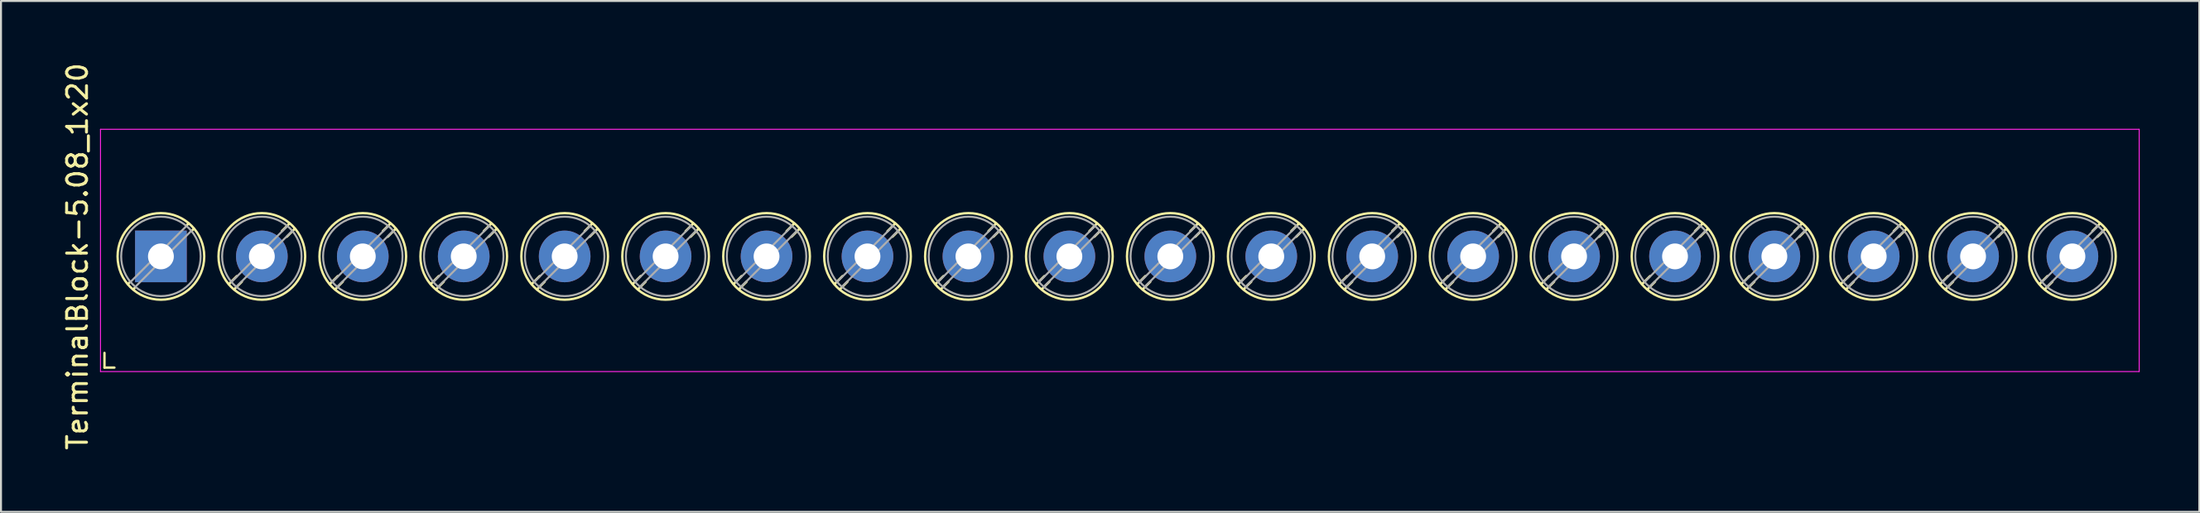
<source format=kicad_pcb>
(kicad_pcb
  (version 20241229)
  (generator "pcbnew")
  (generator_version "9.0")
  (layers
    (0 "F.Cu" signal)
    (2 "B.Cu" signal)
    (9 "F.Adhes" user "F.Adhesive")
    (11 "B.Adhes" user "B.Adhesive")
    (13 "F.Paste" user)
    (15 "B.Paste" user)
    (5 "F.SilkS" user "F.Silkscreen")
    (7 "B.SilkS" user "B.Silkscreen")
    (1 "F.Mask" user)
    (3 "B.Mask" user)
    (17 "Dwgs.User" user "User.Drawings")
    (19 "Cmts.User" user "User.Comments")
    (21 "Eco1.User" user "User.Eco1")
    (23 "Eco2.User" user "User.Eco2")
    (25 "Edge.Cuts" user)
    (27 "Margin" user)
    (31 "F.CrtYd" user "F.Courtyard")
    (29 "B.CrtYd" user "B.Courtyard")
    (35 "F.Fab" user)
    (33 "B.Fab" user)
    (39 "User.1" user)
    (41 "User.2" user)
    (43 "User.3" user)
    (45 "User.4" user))
  (footprint "TerminalBlock-5.08_1x20"
    (layer "F.Cu")
    (at 5.048 9.863)
    (property "Reference" "TerminalBlock-5.08_1x20" (at -4.2 0 90) (layer "F.SilkS") (effects (font (size 1 1) (thickness 0.15))))
    (attr through_hole)
    (fp_line (start -2.84 4.86) (end -2.84 5.6) (stroke (width 0.12) (type solid)) (layer "F.SilkS"))
    (fp_line (start -2.84 5.6) (end -2.34 5.6) (stroke (width 0.12) (type solid)) (layer "F.SilkS"))
    (fp_line (start -1.548 1.281) (end -1.654 1.388) (stroke (width 0.12) (type solid)) (layer "F.SilkS"))
    (fp_line (start -1.282 1.547) (end -1.388 1.654) (stroke (width 0.12) (type solid)) (layer "F.SilkS"))
    (fp_line (start 1.388 -1.654) (end 1.281 -1.547) (stroke (width 0.12) (type solid)) (layer "F.SilkS"))
    (fp_line (start 1.654 -1.388) (end 1.547 -1.281) (stroke (width 0.12) (type solid)) (layer "F.SilkS"))
    (fp_line (start 3.822 0.992) (end 3.427 1.388) (stroke (width 0.12) (type solid)) (layer "F.SilkS"))
    (fp_line (start 4.073 1.274) (end 3.693 1.654) (stroke (width 0.12) (type solid)) (layer "F.SilkS"))
    (fp_line (start 6.468 -1.654) (end 6.088 -1.274) (stroke (width 0.12) (type solid)) (layer "F.SilkS"))
    (fp_line (start 6.734 -1.388) (end 6.339 -0.992) (stroke (width 0.12) (type solid)) (layer "F.SilkS"))
    (fp_line (start 8.902 0.992) (end 8.507 1.388) (stroke (width 0.12) (type solid)) (layer "F.SilkS"))
    (fp_line (start 9.153 1.274) (end 8.773 1.654) (stroke (width 0.12) (type solid)) (layer "F.SilkS"))
    (fp_line (start 11.548 -1.654) (end 11.168 -1.274) (stroke (width 0.12) (type solid)) (layer "F.SilkS"))
    (fp_line (start 11.814 -1.388) (end 11.419 -0.992) (stroke (width 0.12) (type solid)) (layer "F.SilkS"))
    (fp_line (start 13.982 0.992) (end 13.587 1.388) (stroke (width 0.12) (type solid)) (layer "F.SilkS"))
    (fp_line (start 14.233 1.274) (end 13.853 1.654) (stroke (width 0.12) (type solid)) (layer "F.SilkS"))
    (fp_line (start 16.628 -1.654) (end 16.248 -1.274) (stroke (width 0.12) (type solid)) (layer "F.SilkS"))
    (fp_line (start 16.894 -1.388) (end 16.499 -0.992) (stroke (width 0.12) (type solid)) (layer "F.SilkS"))
    (fp_line (start 19.062 0.992) (end 18.667 1.388) (stroke (width 0.12) (type solid)) (layer "F.SilkS"))
    (fp_line (start 19.313 1.274) (end 18.933 1.654) (stroke (width 0.12) (type solid)) (layer "F.SilkS"))
    (fp_line (start 21.708 -1.654) (end 21.328 -1.274) (stroke (width 0.12) (type solid)) (layer "F.SilkS"))
    (fp_line (start 21.974 -1.388) (end 21.579 -0.992) (stroke (width 0.12) (type solid)) (layer "F.SilkS"))
    (fp_line (start 24.142 0.992) (end 23.747 1.388) (stroke (width 0.12) (type solid)) (layer "F.SilkS"))
    (fp_line (start 24.393 1.274) (end 24.013 1.654) (stroke (width 0.12) (type solid)) (layer "F.SilkS"))
    (fp_line (start 26.788 -1.654) (end 26.408 -1.274) (stroke (width 0.12) (type solid)) (layer "F.SilkS"))
    (fp_line (start 27.054 -1.388) (end 26.659 -0.992) (stroke (width 0.12) (type solid)) (layer "F.SilkS"))
    (fp_line (start 29.222 0.992) (end 28.827 1.388) (stroke (width 0.12) (type solid)) (layer "F.SilkS"))
    (fp_line (start 29.473 1.274) (end 29.093 1.654) (stroke (width 0.12) (type solid)) (layer "F.SilkS"))
    (fp_line (start 31.868 -1.654) (end 31.488 -1.274) (stroke (width 0.12) (type solid)) (layer "F.SilkS"))
    (fp_line (start 32.134 -1.388) (end 31.739 -0.992) (stroke (width 0.12) (type solid)) (layer "F.SilkS"))
    (fp_line (start 34.302 0.992) (end 33.907 1.388) (stroke (width 0.12) (type solid)) (layer "F.SilkS"))
    (fp_line (start 34.553 1.274) (end 34.173 1.654) (stroke (width 0.12) (type solid)) (layer "F.SilkS"))
    (fp_line (start 36.948 -1.654) (end 36.568 -1.274) (stroke (width 0.12) (type solid)) (layer "F.SilkS"))
    (fp_line (start 37.214 -1.388) (end 36.819 -0.992) (stroke (width 0.12) (type solid)) (layer "F.SilkS"))
    (fp_line (start 39.382 0.992) (end 38.987 1.388) (stroke (width 0.12) (type solid)) (layer "F.SilkS"))
    (fp_line (start 39.633 1.274) (end 39.253 1.654) (stroke (width 0.12) (type solid)) (layer "F.SilkS"))
    (fp_line (start 42.028 -1.654) (end 41.648 -1.274) (stroke (width 0.12) (type solid)) (layer "F.SilkS"))
    (fp_line (start 42.294 -1.388) (end 41.899 -0.992) (stroke (width 0.12) (type solid)) (layer "F.SilkS"))
    (fp_line (start 44.462 0.992) (end 44.067 1.388) (stroke (width 0.12) (type solid)) (layer "F.SilkS"))
    (fp_line (start 44.713 1.274) (end 44.333 1.654) (stroke (width 0.12) (type solid)) (layer "F.SilkS"))
    (fp_line (start 47.108 -1.654) (end 46.728 -1.274) (stroke (width 0.12) (type solid)) (layer "F.SilkS"))
    (fp_line (start 47.374 -1.388) (end 46.979 -0.992) (stroke (width 0.12) (type solid)) (layer "F.SilkS"))
    (fp_line (start 49.542 0.992) (end 49.147 1.388) (stroke (width 0.12) (type solid)) (layer "F.SilkS"))
    (fp_line (start 49.793 1.274) (end 49.413 1.654) (stroke (width 0.12) (type solid)) (layer "F.SilkS"))
    (fp_line (start 52.188 -1.654) (end 51.808 -1.274) (stroke (width 0.12) (type solid)) (layer "F.SilkS"))
    (fp_line (start 52.454 -1.388) (end 52.059 -0.992) (stroke (width 0.12) (type solid)) (layer "F.SilkS"))
    (fp_line (start 54.622 0.992) (end 54.227 1.388) (stroke (width 0.12) (type solid)) (layer "F.SilkS"))
    (fp_line (start 54.873 1.274) (end 54.493 1.654) (stroke (width 0.12) (type solid)) (layer "F.SilkS"))
    (fp_line (start 57.268 -1.654) (end 56.888 -1.274) (stroke (width 0.12) (type solid)) (layer "F.SilkS"))
    (fp_line (start 57.534 -1.388) (end 57.139 -0.992) (stroke (width 0.12) (type solid)) (layer "F.SilkS"))
    (fp_line (start 59.702 0.992) (end 59.307 1.388) (stroke (width 0.12) (type solid)) (layer "F.SilkS"))
    (fp_line (start 59.953 1.274) (end 59.573 1.654) (stroke (width 0.12) (type solid)) (layer "F.SilkS"))
    (fp_line (start 62.348 -1.654) (end 61.968 -1.274) (stroke (width 0.12) (type solid)) (layer "F.SilkS"))
    (fp_line (start 62.614 -1.388) (end 62.219 -0.992) (stroke (width 0.12) (type solid)) (layer "F.SilkS"))
    (fp_line (start 64.782 0.992) (end 64.387 1.388) (stroke (width 0.12) (type solid)) (layer "F.SilkS"))
    (fp_line (start 65.033 1.274) (end 64.653 1.654) (stroke (width 0.12) (type solid)) (layer "F.SilkS"))
    (fp_line (start 67.428 -1.654) (end 67.048 -1.274) (stroke (width 0.12) (type solid)) (layer "F.SilkS"))
    (fp_line (start 67.694 -1.388) (end 67.299 -0.992) (stroke (width 0.12) (type solid)) (layer "F.SilkS"))
    (fp_line (start 69.862 0.992) (end 69.467 1.388) (stroke (width 0.12) (type solid)) (layer "F.SilkS"))
    (fp_line (start 70.113 1.274) (end 69.733 1.654) (stroke (width 0.12) (type solid)) (layer "F.SilkS"))
    (fp_line (start 72.508 -1.654) (end 72.128 -1.274) (stroke (width 0.12) (type solid)) (layer "F.SilkS"))
    (fp_line (start 72.774 -1.388) (end 72.379 -0.992) (stroke (width 0.12) (type solid)) (layer "F.SilkS"))
    (fp_line (start 74.942 0.992) (end 74.547 1.388) (stroke (width 0.12) (type solid)) (layer "F.SilkS"))
    (fp_line (start 75.193 1.274) (end 74.813 1.654) (stroke (width 0.12) (type solid)) (layer "F.SilkS"))
    (fp_line (start 77.588 -1.654) (end 77.208 -1.274) (stroke (width 0.12) (type solid)) (layer "F.SilkS"))
    (fp_line (start 77.854 -1.388) (end 77.459 -0.992) (stroke (width 0.12) (type solid)) (layer "F.SilkS"))
    (fp_line (start 79.942 0.992) (end 79.547 1.388) (stroke (width 0.12) (type solid)) (layer "F.SilkS"))
    (fp_line (start 80.193 1.274) (end 79.813 1.654) (stroke (width 0.12) (type solid)) (layer "F.SilkS"))
    (fp_line (start 82.588 -1.654) (end 82.208 -1.274) (stroke (width 0.12) (type solid)) (layer "F.SilkS"))
    (fp_line (start 82.854 -1.388) (end 82.459 -0.992) (stroke (width 0.12) (type solid)) (layer "F.SilkS"))
    (fp_line (start 84.942 0.992) (end 84.547 1.388) (stroke (width 0.12) (type solid)) (layer "F.SilkS"))
    (fp_line (start 85.193 1.274) (end 84.813 1.654) (stroke (width 0.12) (type solid)) (layer "F.SilkS"))
    (fp_line (start 87.588 -1.654) (end 87.208 -1.274) (stroke (width 0.12) (type solid)) (layer "F.SilkS"))
    (fp_line (start 87.854 -1.388) (end 87.459 -0.992) (stroke (width 0.12) (type solid)) (layer "F.SilkS"))
    (fp_line (start 89.942 0.992) (end 89.547 1.388) (stroke (width 0.12) (type solid)) (layer "F.SilkS"))
    (fp_line (start 90.193 1.274) (end 89.813 1.654) (stroke (width 0.12) (type solid)) (layer "F.SilkS"))
    (fp_line (start 92.588 -1.654) (end 92.208 -1.274) (stroke (width 0.12) (type solid)) (layer "F.SilkS"))
    (fp_line (start 92.854 -1.388) (end 92.459 -0.992) (stroke (width 0.12) (type solid)) (layer "F.SilkS"))
    (fp_line (start 94.942 0.992) (end 94.547 1.388) (stroke (width 0.12) (type solid)) (layer "F.SilkS"))
    (fp_line (start 95.193 1.274) (end 94.813 1.654) (stroke (width 0.12) (type solid)) (layer "F.SilkS"))
    (fp_line (start 97.588 -1.654) (end 97.208 -1.274) (stroke (width 0.12) (type solid)) (layer "F.SilkS"))
    (fp_line (start 97.854 -1.388) (end 97.459 -0.992) (stroke (width 0.12) (type solid)) (layer "F.SilkS"))
    (fp_circle (center 0 0) (end 2.18 0) (stroke (width 0.12) (type solid)) (fill no) (layer "F.SilkS"))
    (fp_circle (center 5.08 0) (end 7.26 0) (stroke (width 0.12) (type solid)) (fill no) (layer "F.SilkS"))
    (fp_circle (center 10.16 0) (end 12.34 0) (stroke (width 0.12) (type solid)) (fill no) (layer "F.SilkS"))
    (fp_circle (center 15.24 0) (end 17.42 0) (stroke (width 0.12) (type solid)) (fill no) (layer "F.SilkS"))
    (fp_circle (center 20.32 0) (end 22.5 0) (stroke (width 0.12) (type solid)) (fill no) (layer "F.SilkS"))
    (fp_circle (center 25.4 0) (end 27.58 0) (stroke (width 0.12) (type solid)) (fill no) (layer "F.SilkS"))
    (fp_circle (center 30.48 0) (end 32.66 0) (stroke (width 0.12) (type solid)) (fill no) (layer "F.SilkS"))
    (fp_circle (center 35.56 0) (end 37.74 0) (stroke (width 0.12) (type solid)) (fill no) (layer "F.SilkS"))
    (fp_circle (center 40.64 0) (end 42.82 0) (stroke (width 0.12) (type solid)) (fill no) (layer "F.SilkS"))
    (fp_circle (center 45.72 0) (end 47.9 0) (stroke (width 0.12) (type solid)) (fill no) (layer "F.SilkS"))
    (fp_circle (center 50.8 0) (end 52.98 0) (stroke (width 0.12) (type solid)) (fill no) (layer "F.SilkS"))
    (fp_circle (center 55.88 0) (end 58.06 0) (stroke (width 0.12) (type solid)) (fill no) (layer "F.SilkS"))
    (fp_circle (center 60.96 0) (end 63.14 0) (stroke (width 0.12) (type solid)) (fill no) (layer "F.SilkS"))
    (fp_circle (center 66.04 0) (end 68.22 0) (stroke (width 0.12) (type solid)) (fill no) (layer "F.SilkS"))
    (fp_circle (center 71.12 0) (end 73.3 0) (stroke (width 0.12) (type solid)) (fill no) (layer "F.SilkS"))
    (fp_circle (center 76.2 0) (end 78.38 0) (stroke (width 0.12) (type solid)) (fill no) (layer "F.SilkS"))
    (fp_circle (center 81.2 0) (end 83.38 0) (stroke (width 0.12) (type solid)) (fill no) (layer "F.SilkS"))
    (fp_circle (center 86.2 0) (end 88.38 0) (stroke (width 0.12) (type solid)) (fill no) (layer "F.SilkS"))
    (fp_circle (center 91.2 0) (end 93.38 0) (stroke (width 0.12) (type solid)) (fill no) (layer "F.SilkS"))
    (fp_circle (center 96.2 0) (end 98.38 0) (stroke (width 0.12) (type solid)) (fill no) (layer "F.SilkS"))
    (fp_line (start -3.04 -6.4) (end -3.04 5.8) (stroke (width 0.05) (type solid)) (layer "F.CrtYd"))
    (fp_line (start -3.04 5.8) (end 99.56 5.8) (stroke (width 0.05) (type solid)) (layer "F.CrtYd"))
    (fp_line (start 99.56 -6.4) (end -3.04 -6.4) (stroke (width 0.05) (type solid)) (layer "F.CrtYd"))
    (fp_line (start 99.56 5.8) (end 99.56 -6.4) (stroke (width 0.05) (type solid)) (layer "F.CrtYd"))
    (fp_line (start 1.273 -1.517) (end -1.517 1.273) (stroke (width 0.1) (type solid)) (layer "F.Fab"))
    (fp_line (start 1.517 -1.273) (end -1.273 1.517) (stroke (width 0.1) (type solid)) (layer "F.Fab"))
    (fp_line (start 6.353 -1.517) (end 3.564 1.273) (stroke (width 0.1) (type solid)) (layer "F.Fab"))
    (fp_line (start 6.597 -1.273) (end 3.808 1.517) (stroke (width 0.1) (type solid)) (layer "F.Fab"))
    (fp_line (start 11.433 -1.517) (end 8.644 1.273) (stroke (width 0.1) (type solid)) (layer "F.Fab"))
    (fp_line (start 11.677 -1.273) (end 8.888 1.517) (stroke (width 0.1) (type solid)) (layer "F.Fab"))
    (fp_line (start 16.513 -1.517) (end 13.724 1.273) (stroke (width 0.1) (type solid)) (layer "F.Fab"))
    (fp_line (start 16.757 -1.273) (end 13.968 1.517) (stroke (width 0.1) (type solid)) (layer "F.Fab"))
    (fp_line (start 21.593 -1.517) (end 18.804 1.273) (stroke (width 0.1) (type solid)) (layer "F.Fab"))
    (fp_line (start 21.837 -1.273) (end 19.048 1.517) (stroke (width 0.1) (type solid)) (layer "F.Fab"))
    (fp_line (start 26.673 -1.517) (end 23.884 1.273) (stroke (width 0.1) (type solid)) (layer "F.Fab"))
    (fp_line (start 26.917 -1.273) (end 24.128 1.517) (stroke (width 0.1) (type solid)) (layer "F.Fab"))
    (fp_line (start 31.753 -1.517) (end 28.964 1.273) (stroke (width 0.1) (type solid)) (layer "F.Fab"))
    (fp_line (start 31.997 -1.273) (end 29.208 1.517) (stroke (width 0.1) (type solid)) (layer "F.Fab"))
    (fp_line (start 36.833 -1.517) (end 34.044 1.273) (stroke (width 0.1) (type solid)) (layer "F.Fab"))
    (fp_line (start 37.077 -1.273) (end 34.288 1.517) (stroke (width 0.1) (type solid)) (layer "F.Fab"))
    (fp_line (start 41.913 -1.517) (end 39.124 1.273) (stroke (width 0.1) (type solid)) (layer "F.Fab"))
    (fp_line (start 42.157 -1.273) (end 39.368 1.517) (stroke (width 0.1) (type solid)) (layer "F.Fab"))
    (fp_line (start 46.993 -1.517) (end 44.204 1.273) (stroke (width 0.1) (type solid)) (layer "F.Fab"))
    (fp_line (start 47.237 -1.273) (end 44.448 1.517) (stroke (width 0.1) (type solid)) (layer "F.Fab"))
    (fp_line (start 52.073 -1.517) (end 49.284 1.273) (stroke (width 0.1) (type solid)) (layer "F.Fab"))
    (fp_line (start 52.317 -1.273) (end 49.528 1.517) (stroke (width 0.1) (type solid)) (layer "F.Fab"))
    (fp_line (start 57.153 -1.517) (end 54.364 1.273) (stroke (width 0.1) (type solid)) (layer "F.Fab"))
    (fp_line (start 57.397 -1.273) (end 54.608 1.517) (stroke (width 0.1) (type solid)) (layer "F.Fab"))
    (fp_line (start 62.233 -1.517) (end 59.444 1.273) (stroke (width 0.1) (type solid)) (layer "F.Fab"))
    (fp_line (start 62.477 -1.273) (end 59.688 1.517) (stroke (width 0.1) (type solid)) (layer "F.Fab"))
    (fp_line (start 67.313 -1.517) (end 64.524 1.273) (stroke (width 0.1) (type solid)) (layer "F.Fab"))
    (fp_line (start 67.557 -1.273) (end 64.768 1.517) (stroke (width 0.1) (type solid)) (layer "F.Fab"))
    (fp_line (start 72.393 -1.517) (end 69.604 1.273) (stroke (width 0.1) (type solid)) (layer "F.Fab"))
    (fp_line (start 72.637 -1.273) (end 69.848 1.517) (stroke (width 0.1) (type solid)) (layer "F.Fab"))
    (fp_line (start 77.473 -1.517) (end 74.684 1.273) (stroke (width 0.1) (type solid)) (layer "F.Fab"))
    (fp_line (start 77.717 -1.273) (end 74.928 1.517) (stroke (width 0.1) (type solid)) (layer "F.Fab"))
    (fp_line (start 82.473 -1.517) (end 79.684 1.273) (stroke (width 0.1) (type solid)) (layer "F.Fab"))
    (fp_line (start 82.717 -1.273) (end 79.928 1.517) (stroke (width 0.1) (type solid)) (layer "F.Fab"))
    (fp_line (start 87.473 -1.517) (end 84.684 1.273) (stroke (width 0.1) (type solid)) (layer "F.Fab"))
    (fp_line (start 87.717 -1.273) (end 84.928 1.517) (stroke (width 0.1) (type solid)) (layer "F.Fab"))
    (fp_line (start 92.473 -1.517) (end 89.684 1.273) (stroke (width 0.1) (type solid)) (layer "F.Fab"))
    (fp_line (start 92.717 -1.273) (end 89.928 1.517) (stroke (width 0.1) (type solid)) (layer "F.Fab"))
    (fp_line (start 97.473 -1.517) (end 94.684 1.273) (stroke (width 0.1) (type solid)) (layer "F.Fab"))
    (fp_line (start 97.717 -1.273) (end 94.928 1.517) (stroke (width 0.1) (type solid)) (layer "F.Fab"))
    (fp_circle (center 0 0) (end 2 0) (stroke (width 0.1) (type solid)) (fill no) (layer "F.Fab"))
    (fp_circle (center 5.08 0) (end 7.08 0) (stroke (width 0.1) (type solid)) (fill no) (layer "F.Fab"))
    (fp_circle (center 10.16 0) (end 12.16 0) (stroke (width 0.1) (type solid)) (fill no) (layer "F.Fab"))
    (fp_circle (center 15.24 0) (end 17.24 0) (stroke (width 0.1) (type solid)) (fill no) (layer "F.Fab"))
    (fp_circle (center 20.32 0) (end 22.32 0) (stroke (width 0.1) (type solid)) (fill no) (layer "F.Fab"))
    (fp_circle (center 25.4 0) (end 27.4 0) (stroke (width 0.1) (type solid)) (fill no) (layer "F.Fab"))
    (fp_circle (center 30.48 0) (end 32.48 0) (stroke (width 0.1) (type solid)) (fill no) (layer "F.Fab"))
    (fp_circle (center 35.56 0) (end 37.56 0) (stroke (width 0.1) (type solid)) (fill no) (layer "F.Fab"))
    (fp_circle (center 40.64 0) (end 42.64 0) (stroke (width 0.1) (type solid)) (fill no) (layer "F.Fab"))
    (fp_circle (center 45.72 0) (end 47.72 0) (stroke (width 0.1) (type solid)) (fill no) (layer "F.Fab"))
    (fp_circle (center 50.8 0) (end 52.8 0) (stroke (width 0.1) (type solid)) (fill no) (layer "F.Fab"))
    (fp_circle (center 55.88 0) (end 57.88 0) (stroke (width 0.1) (type solid)) (fill no) (layer "F.Fab"))
    (fp_circle (center 60.96 0) (end 62.96 0) (stroke (width 0.1) (type solid)) (fill no) (layer "F.Fab"))
    (fp_circle (center 66.04 0) (end 68.04 0) (stroke (width 0.1) (type solid)) (fill no) (layer "F.Fab"))
    (fp_circle (center 71.12 0) (end 73.12 0) (stroke (width 0.1) (type solid)) (fill no) (layer "F.Fab"))
    (fp_circle (center 76.2 0) (end 78.2 0) (stroke (width 0.1) (type solid)) (fill no) (layer "F.Fab"))
    (fp_circle (center 81.2 0) (end 83.2 0) (stroke (width 0.1) (type solid)) (fill no) (layer "F.Fab"))
    (fp_circle (center 86.2 0) (end 88.2 0) (stroke (width 0.1) (type solid)) (fill no) (layer "F.Fab"))
    (fp_circle (center 91.2 0) (end 93.2 0) (stroke (width 0.1) (type solid)) (fill no) (layer "F.Fab"))
    (fp_circle (center 96.2 0) (end 98.2 0) (stroke (width 0.1) (type solid)) (fill no) (layer "F.Fab"))
    (pad "1" thru_hole rect (at 0 0) (size 2.6 2.6) (drill 1.3) (layers "*.Cu" "*.Mask"))
    (pad "2" thru_hole circle (at 5.08 0) (size 2.6 2.6) (drill 1.3) (layers "*.Cu" "*.Mask"))
    (pad "3" thru_hole circle (at 10.16 0) (size 2.6 2.6) (drill 1.3) (layers "*.Cu" "*.Mask"))
    (pad "4" thru_hole circle (at 15.24 0) (size 2.6 2.6) (drill 1.3) (layers "*.Cu" "*.Mask"))
    (pad "5" thru_hole circle (at 20.32 0) (size 2.6 2.6) (drill 1.3) (layers "*.Cu" "*.Mask"))
    (pad "6" thru_hole circle (at 25.4 0) (size 2.6 2.6) (drill 1.3) (layers "*.Cu" "*.Mask"))
    (pad "7" thru_hole circle (at 30.48 0) (size 2.6 2.6) (drill 1.3) (layers "*.Cu" "*.Mask"))
    (pad "8" thru_hole circle (at 35.56 0) (size 2.6 2.6) (drill 1.3) (layers "*.Cu" "*.Mask"))
    (pad "9" thru_hole circle (at 40.64 0) (size 2.6 2.6) (drill 1.3) (layers "*.Cu" "*.Mask"))
    (pad "10" thru_hole circle (at 45.72 0) (size 2.6 2.6) (drill 1.3) (layers "*.Cu" "*.Mask"))
    (pad "11" thru_hole circle (at 50.8 0) (size 2.6 2.6) (drill 1.3) (layers "*.Cu" "*.Mask"))
    (pad "12" thru_hole circle (at 55.88 0) (size 2.6 2.6) (drill 1.3) (layers "*.Cu" "*.Mask"))
    (pad "13" thru_hole circle (at 60.96 0) (size 2.6 2.6) (drill 1.3) (layers "*.Cu" "*.Mask"))
    (pad "14" thru_hole circle (at 66.04 0) (size 2.6 2.6) (drill 1.3) (layers "*.Cu" "*.Mask"))
    (pad "15" thru_hole circle (at 71.12 0) (size 2.6 2.6) (drill 1.3) (layers "*.Cu" "*.Mask"))
    (pad "16" thru_hole circle (at 76.2 0) (size 2.6 2.6) (drill 1.3) (layers "*.Cu" "*.Mask"))
    (pad "17" thru_hole circle (at 81.2 0) (size 2.6 2.6) (drill 1.3) (layers "*.Cu" "*.Mask"))
    (pad "18" thru_hole circle (at 86.2 0) (size 2.6 2.6) (drill 1.3) (layers "*.Cu" "*.Mask"))
    (pad "19" thru_hole circle (at 91.2 0) (size 2.6 2.6) (drill 1.3) (layers "*.Cu" "*.Mask"))
    (pad "20" thru_hole circle (at 96.2 0) (size 2.6 2.6) (drill 1.3) (layers "*.Cu" "*.Mask")))
  (gr_rect
    (start -3 -3)
    (end 107.633 22.726)
    (stroke (width 0.1) (type default))
    (fill no)
    (layer "Edge.Cuts")))
</source>
